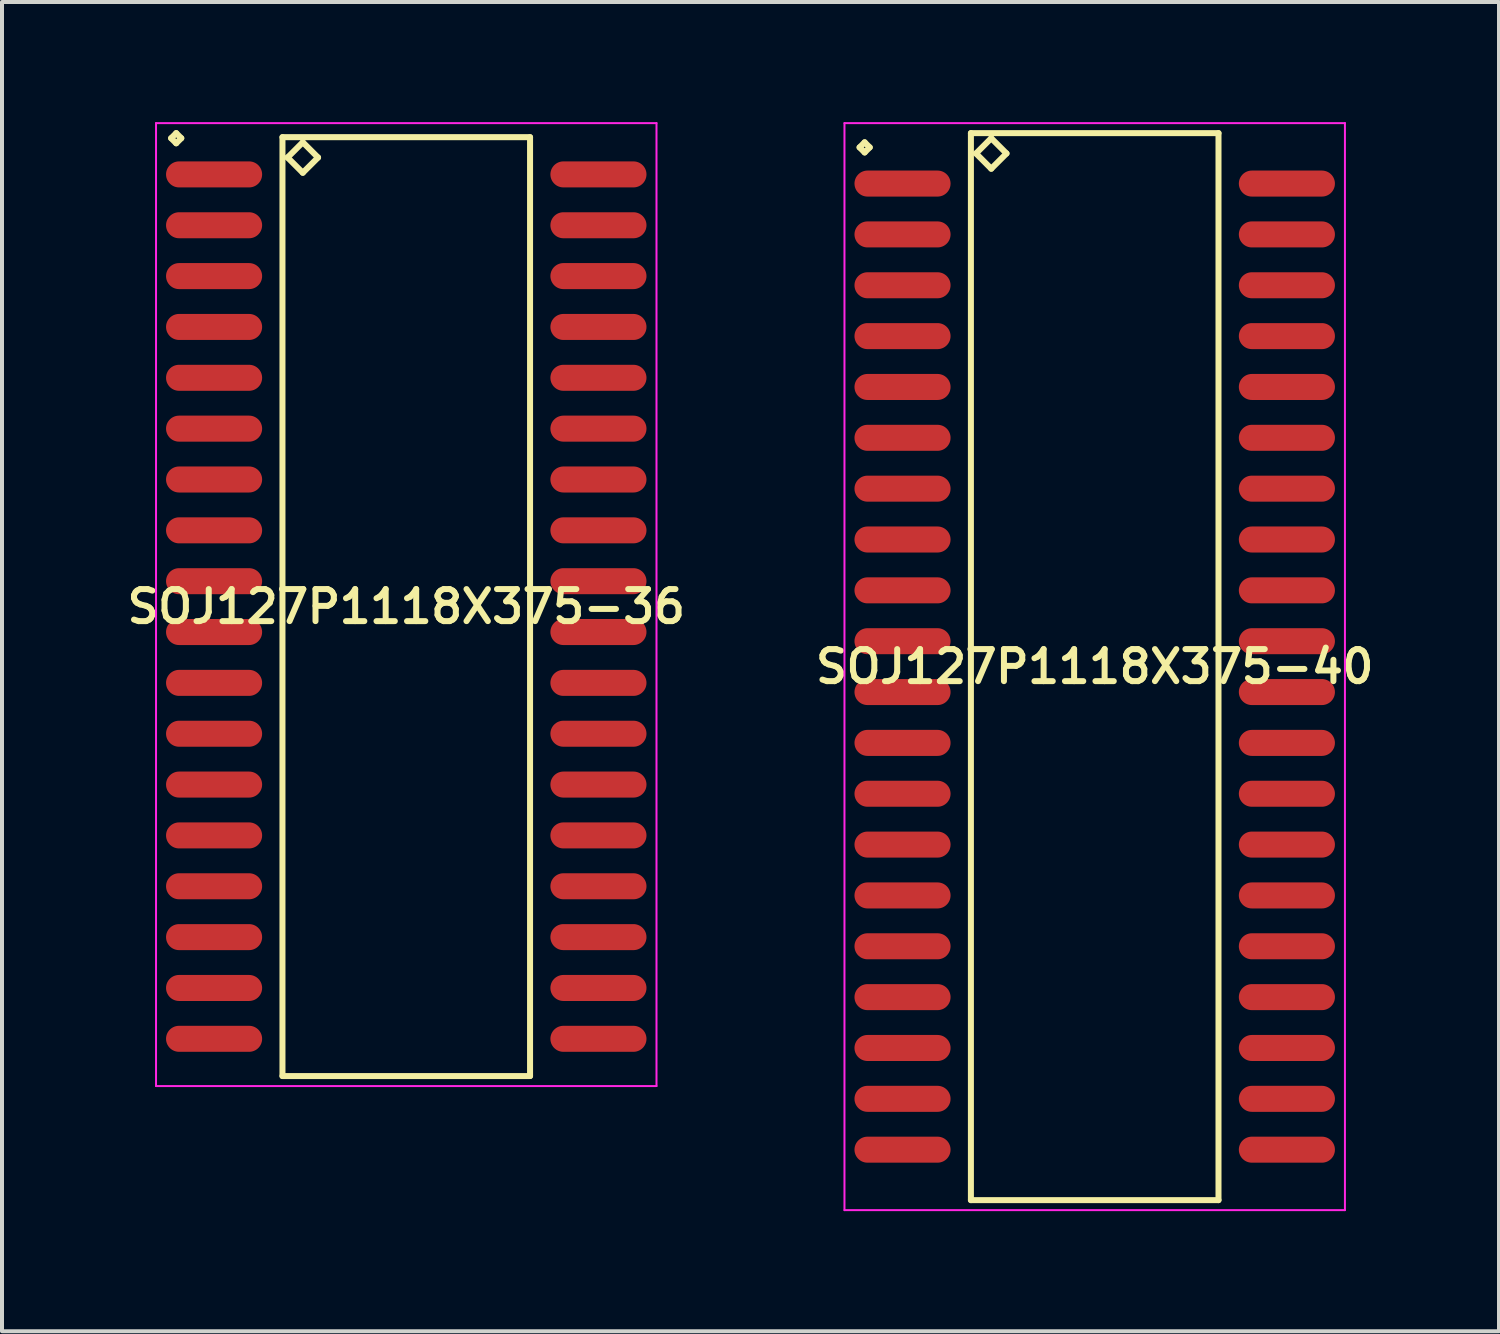
<source format=kicad_pcb>
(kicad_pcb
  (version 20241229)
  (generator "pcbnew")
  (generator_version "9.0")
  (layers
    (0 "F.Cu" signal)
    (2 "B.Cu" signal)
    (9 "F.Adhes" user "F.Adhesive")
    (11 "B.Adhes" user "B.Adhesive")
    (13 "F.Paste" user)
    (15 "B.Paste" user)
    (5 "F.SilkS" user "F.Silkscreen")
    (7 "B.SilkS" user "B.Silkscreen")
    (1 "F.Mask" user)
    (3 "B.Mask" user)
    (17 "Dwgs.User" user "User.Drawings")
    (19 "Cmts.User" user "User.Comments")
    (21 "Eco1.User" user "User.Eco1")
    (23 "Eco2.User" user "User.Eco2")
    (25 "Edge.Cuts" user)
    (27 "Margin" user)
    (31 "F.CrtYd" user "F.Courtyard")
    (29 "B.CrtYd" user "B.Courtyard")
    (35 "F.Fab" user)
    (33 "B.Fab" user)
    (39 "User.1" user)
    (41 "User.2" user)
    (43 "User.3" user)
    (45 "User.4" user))
  (footprint "SOJ127P1118X375-40"
    (layer "F.Cu")
    (at 24.292 13.6)
    (property "Reference" "SOJ127P1118X375-40" (at 0 0 0) (layer "F.SilkS") (effects (font (size 0.8 0.8) (thickness 0.15))))
    (attr smd)
    (fp_line (start -5.873 -12.969) (end -5.746 -13.096) (stroke (width 0.15) (type solid)) (layer "F.SilkS"))
    (fp_line (start -5.746 -13.096) (end -5.619 -12.969) (stroke (width 0.15) (type solid)) (layer "F.SilkS"))
    (fp_line (start -5.746 -12.842) (end -5.873 -12.969) (stroke (width 0.15) (type solid)) (layer "F.SilkS"))
    (fp_line (start -5.619 -12.969) (end -5.746 -12.842) (stroke (width 0.15) (type solid)) (layer "F.SilkS"))
    (fp_line (start -3.092 -13.325) (end -3.092 13.325) (stroke (width 0.15) (type solid)) (layer "F.SilkS"))
    (fp_line (start -3.092 13.325) (end 3.092 13.325) (stroke (width 0.15) (type solid)) (layer "F.SilkS"))
    (fp_line (start -2.965 -12.817) (end -2.584 -13.198) (stroke (width 0.15) (type solid)) (layer "F.SilkS"))
    (fp_line (start -2.584 -13.198) (end -2.203 -12.817) (stroke (width 0.15) (type solid)) (layer "F.SilkS"))
    (fp_line (start -2.584 -12.436) (end -2.965 -12.817) (stroke (width 0.15) (type solid)) (layer "F.SilkS"))
    (fp_line (start -2.203 -12.817) (end -2.584 -12.436) (stroke (width 0.15) (type solid)) (layer "F.SilkS"))
    (fp_line (start 3.092 -13.325) (end -3.092 -13.325) (stroke (width 0.15) (type solid)) (layer "F.SilkS"))
    (fp_line (start 3.092 13.325) (end 3.092 -13.325) (stroke (width 0.15) (type solid)) (layer "F.SilkS"))
    (fp_line (start -6.25 -13.575) (end 6.25 -13.575) (stroke (width 0.05) (type solid)) (layer "F.CrtYd"))
    (fp_line (start -6.25 13.575) (end -6.25 -13.575) (stroke (width 0.05) (type solid)) (layer "F.CrtYd"))
    (fp_line (start 6.25 -13.575) (end 6.25 13.575) (stroke (width 0.05) (type solid)) (layer "F.CrtYd"))
    (fp_line (start 6.25 13.575) (end -6.25 13.575) (stroke (width 0.05) (type solid)) (layer "F.CrtYd"))
    (pad "1" smd oval (at -4.8 -12.065) (size 2.4 0.65) (layers "F.Cu" "F.Mask" "F.Paste"))
    (pad "2" smd oval (at -4.8 -10.795) (size 2.4 0.65) (layers "F.Cu" "F.Mask" "F.Paste"))
    (pad "3" smd oval (at -4.8 -9.525) (size 2.4 0.65) (layers "F.Cu" "F.Mask" "F.Paste"))
    (pad "4" smd oval (at -4.8 -8.255) (size 2.4 0.65) (layers "F.Cu" "F.Mask" "F.Paste"))
    (pad "5" smd oval (at -4.8 -6.985) (size 2.4 0.65) (layers "F.Cu" "F.Mask" "F.Paste"))
    (pad "6" smd oval (at -4.8 -5.715) (size 2.4 0.65) (layers "F.Cu" "F.Mask" "F.Paste"))
    (pad "7" smd oval (at -4.8 -4.445) (size 2.4 0.65) (layers "F.Cu" "F.Mask" "F.Paste"))
    (pad "8" smd oval (at -4.8 -3.175) (size 2.4 0.65) (layers "F.Cu" "F.Mask" "F.Paste"))
    (pad "9" smd oval (at -4.8 -1.905) (size 2.4 0.65) (layers "F.Cu" "F.Mask" "F.Paste"))
    (pad "10" smd oval (at -4.8 -0.635) (size 2.4 0.65) (layers "F.Cu" "F.Mask" "F.Paste"))
    (pad "11" smd oval (at -4.8 0.635) (size 2.4 0.65) (layers "F.Cu" "F.Mask" "F.Paste"))
    (pad "12" smd oval (at -4.8 1.905) (size 2.4 0.65) (layers "F.Cu" "F.Mask" "F.Paste"))
    (pad "13" smd oval (at -4.8 3.175) (size 2.4 0.65) (layers "F.Cu" "F.Mask" "F.Paste"))
    (pad "14" smd oval (at -4.8 4.445) (size 2.4 0.65) (layers "F.Cu" "F.Mask" "F.Paste"))
    (pad "15" smd oval (at -4.8 5.715) (size 2.4 0.65) (layers "F.Cu" "F.Mask" "F.Paste"))
    (pad "16" smd oval (at -4.8 6.985) (size 2.4 0.65) (layers "F.Cu" "F.Mask" "F.Paste"))
    (pad "17" smd oval (at -4.8 8.255) (size 2.4 0.65) (layers "F.Cu" "F.Mask" "F.Paste"))
    (pad "18" smd oval (at -4.8 9.525) (size 2.4 0.65) (layers "F.Cu" "F.Mask" "F.Paste"))
    (pad "19" smd oval (at -4.8 10.795) (size 2.4 0.65) (layers "F.Cu" "F.Mask" "F.Paste"))
    (pad "20" smd oval (at -4.8 12.065) (size 2.4 0.65) (layers "F.Cu" "F.Mask" "F.Paste"))
    (pad "21" smd oval (at 4.8 12.065) (size 2.4 0.65) (layers "F.Cu" "F.Mask" "F.Paste"))
    (pad "22" smd oval (at 4.8 10.795) (size 2.4 0.65) (layers "F.Cu" "F.Mask" "F.Paste"))
    (pad "23" smd oval (at 4.8 9.525) (size 2.4 0.65) (layers "F.Cu" "F.Mask" "F.Paste"))
    (pad "24" smd oval (at 4.8 8.255) (size 2.4 0.65) (layers "F.Cu" "F.Mask" "F.Paste"))
    (pad "25" smd oval (at 4.8 6.985) (size 2.4 0.65) (layers "F.Cu" "F.Mask" "F.Paste"))
    (pad "26" smd oval (at 4.8 5.715) (size 2.4 0.65) (layers "F.Cu" "F.Mask" "F.Paste"))
    (pad "27" smd oval (at 4.8 4.445) (size 2.4 0.65) (layers "F.Cu" "F.Mask" "F.Paste"))
    (pad "28" smd oval (at 4.8 3.175) (size 2.4 0.65) (layers "F.Cu" "F.Mask" "F.Paste"))
    (pad "29" smd oval (at 4.8 1.905) (size 2.4 0.65) (layers "F.Cu" "F.Mask" "F.Paste"))
    (pad "30" smd oval (at 4.8 0.635) (size 2.4 0.65) (layers "F.Cu" "F.Mask" "F.Paste"))
    (pad "31" smd oval (at 4.8 -0.635) (size 2.4 0.65) (layers "F.Cu" "F.Mask" "F.Paste"))
    (pad "32" smd oval (at 4.8 -1.905) (size 2.4 0.65) (layers "F.Cu" "F.Mask" "F.Paste"))
    (pad "33" smd oval (at 4.8 -3.175) (size 2.4 0.65) (layers "F.Cu" "F.Mask" "F.Paste"))
    (pad "34" smd oval (at 4.8 -4.445) (size 2.4 0.65) (layers "F.Cu" "F.Mask" "F.Paste"))
    (pad "35" smd oval (at 4.8 -5.715) (size 2.4 0.65) (layers "F.Cu" "F.Mask" "F.Paste"))
    (pad "36" smd oval (at 4.8 -6.985) (size 2.4 0.65) (layers "F.Cu" "F.Mask" "F.Paste"))
    (pad "37" smd oval (at 4.8 -8.255) (size 2.4 0.65) (layers "F.Cu" "F.Mask" "F.Paste"))
    (pad "38" smd oval (at 4.8 -9.525) (size 2.4 0.65) (layers "F.Cu" "F.Mask" "F.Paste"))
    (pad "39" smd oval (at 4.8 -10.795) (size 2.4 0.65) (layers "F.Cu" "F.Mask" "F.Paste"))
    (pad "40" smd oval (at 4.8 -12.065) (size 2.4 0.65) (layers "F.Cu" "F.Mask" "F.Paste")))
  (footprint "SOJ127P1118X375-36"
    (layer "F.Cu")
    (at 7.097 12.101)
    (property "Reference" "SOJ127P1118X375-36" (at 0 0 0) (layer "F.SilkS") (effects (font (size 0.8 0.8) (thickness 0.15))))
    (attr smd)
    (fp_line (start -5.873 -11.699) (end -5.746 -11.826) (stroke (width 0.15) (type solid)) (layer "F.SilkS"))
    (fp_line (start -5.746 -11.826) (end -5.619 -11.699) (stroke (width 0.15) (type solid)) (layer "F.SilkS"))
    (fp_line (start -5.746 -11.572) (end -5.873 -11.699) (stroke (width 0.15) (type solid)) (layer "F.SilkS"))
    (fp_line (start -5.619 -11.699) (end -5.746 -11.572) (stroke (width 0.15) (type solid)) (layer "F.SilkS"))
    (fp_line (start -3.092 -11.725) (end -3.092 11.725) (stroke (width 0.15) (type solid)) (layer "F.SilkS"))
    (fp_line (start -3.092 11.725) (end 3.092 11.725) (stroke (width 0.15) (type solid)) (layer "F.SilkS"))
    (fp_line (start -2.965 -11.217) (end -2.584 -11.598) (stroke (width 0.15) (type solid)) (layer "F.SilkS"))
    (fp_line (start -2.584 -11.598) (end -2.203 -11.217) (stroke (width 0.15) (type solid)) (layer "F.SilkS"))
    (fp_line (start -2.584 -10.836) (end -2.965 -11.217) (stroke (width 0.15) (type solid)) (layer "F.SilkS"))
    (fp_line (start -2.203 -11.217) (end -2.584 -10.836) (stroke (width 0.15) (type solid)) (layer "F.SilkS"))
    (fp_line (start 3.092 -11.725) (end -3.092 -11.725) (stroke (width 0.15) (type solid)) (layer "F.SilkS"))
    (fp_line (start 3.092 11.725) (end 3.092 -11.725) (stroke (width 0.15) (type solid)) (layer "F.SilkS"))
    (fp_line (start -6.25 -12.076) (end 6.25 -12.076) (stroke (width 0.05) (type solid)) (layer "F.CrtYd"))
    (fp_line (start -6.25 11.975) (end -6.25 -12.076) (stroke (width 0.05) (type solid)) (layer "F.CrtYd"))
    (fp_line (start 6.25 -12.076) (end 6.25 11.975) (stroke (width 0.05) (type solid)) (layer "F.CrtYd"))
    (fp_line (start 6.25 11.975) (end -6.25 11.975) (stroke (width 0.05) (type solid)) (layer "F.CrtYd"))
    (pad "1" smd oval (at -4.8 -10.795) (size 2.4 0.65) (layers "F.Cu" "F.Mask" "F.Paste"))
    (pad "2" smd oval (at -4.8 -9.525) (size 2.4 0.65) (layers "F.Cu" "F.Mask" "F.Paste"))
    (pad "3" smd oval (at -4.8 -8.255) (size 2.4 0.65) (layers "F.Cu" "F.Mask" "F.Paste"))
    (pad "4" smd oval (at -4.8 -6.985) (size 2.4 0.65) (layers "F.Cu" "F.Mask" "F.Paste"))
    (pad "5" smd oval (at -4.8 -5.715) (size 2.4 0.65) (layers "F.Cu" "F.Mask" "F.Paste"))
    (pad "6" smd oval (at -4.8 -4.445) (size 2.4 0.65) (layers "F.Cu" "F.Mask" "F.Paste"))
    (pad "7" smd oval (at -4.8 -3.175) (size 2.4 0.65) (layers "F.Cu" "F.Mask" "F.Paste"))
    (pad "8" smd oval (at -4.8 -1.905) (size 2.4 0.65) (layers "F.Cu" "F.Mask" "F.Paste"))
    (pad "9" smd oval (at -4.8 -0.635) (size 2.4 0.65) (layers "F.Cu" "F.Mask" "F.Paste"))
    (pad "10" smd oval (at -4.8 0.635) (size 2.4 0.65) (layers "F.Cu" "F.Mask" "F.Paste"))
    (pad "11" smd oval (at -4.8 1.905) (size 2.4 0.65) (layers "F.Cu" "F.Mask" "F.Paste"))
    (pad "12" smd oval (at -4.8 3.175) (size 2.4 0.65) (layers "F.Cu" "F.Mask" "F.Paste"))
    (pad "13" smd oval (at -4.8 4.445) (size 2.4 0.65) (layers "F.Cu" "F.Mask" "F.Paste"))
    (pad "14" smd oval (at -4.8 5.715) (size 2.4 0.65) (layers "F.Cu" "F.Mask" "F.Paste"))
    (pad "15" smd oval (at -4.8 6.985) (size 2.4 0.65) (layers "F.Cu" "F.Mask" "F.Paste"))
    (pad "16" smd oval (at -4.8 8.255) (size 2.4 0.65) (layers "F.Cu" "F.Mask" "F.Paste"))
    (pad "17" smd oval (at -4.8 9.525) (size 2.4 0.65) (layers "F.Cu" "F.Mask" "F.Paste"))
    (pad "18" smd oval (at -4.8 10.795) (size 2.4 0.65) (layers "F.Cu" "F.Mask" "F.Paste"))
    (pad "19" smd oval (at 4.8 10.795) (size 2.4 0.65) (layers "F.Cu" "F.Mask" "F.Paste"))
    (pad "20" smd oval (at 4.8 9.525) (size 2.4 0.65) (layers "F.Cu" "F.Mask" "F.Paste"))
    (pad "21" smd oval (at 4.8 8.255) (size 2.4 0.65) (layers "F.Cu" "F.Mask" "F.Paste"))
    (pad "22" smd oval (at 4.8 6.985) (size 2.4 0.65) (layers "F.Cu" "F.Mask" "F.Paste"))
    (pad "23" smd oval (at 4.8 5.715) (size 2.4 0.65) (layers "F.Cu" "F.Mask" "F.Paste"))
    (pad "24" smd oval (at 4.8 4.445) (size 2.4 0.65) (layers "F.Cu" "F.Mask" "F.Paste"))
    (pad "25" smd oval (at 4.8 3.175) (size 2.4 0.65) (layers "F.Cu" "F.Mask" "F.Paste"))
    (pad "26" smd oval (at 4.8 1.905) (size 2.4 0.65) (layers "F.Cu" "F.Mask" "F.Paste"))
    (pad "27" smd oval (at 4.8 0.635) (size 2.4 0.65) (layers "F.Cu" "F.Mask" "F.Paste"))
    (pad "28" smd oval (at 4.8 -0.635) (size 2.4 0.65) (layers "F.Cu" "F.Mask" "F.Paste"))
    (pad "29" smd oval (at 4.8 -1.905) (size 2.4 0.65) (layers "F.Cu" "F.Mask" "F.Paste"))
    (pad "30" smd oval (at 4.8 -3.175) (size 2.4 0.65) (layers "F.Cu" "F.Mask" "F.Paste"))
    (pad "31" smd oval (at 4.8 -4.445) (size 2.4 0.65) (layers "F.Cu" "F.Mask" "F.Paste"))
    (pad "32" smd oval (at 4.8 -5.715) (size 2.4 0.65) (layers "F.Cu" "F.Mask" "F.Paste"))
    (pad "33" smd oval (at 4.8 -6.985) (size 2.4 0.65) (layers "F.Cu" "F.Mask" "F.Paste"))
    (pad "34" smd oval (at 4.8 -8.255) (size 2.4 0.65) (layers "F.Cu" "F.Mask" "F.Paste"))
    (pad "35" smd oval (at 4.8 -9.525) (size 2.4 0.65) (layers "F.Cu" "F.Mask" "F.Paste"))
    (pad "36" smd oval (at 4.8 -10.795) (size 2.4 0.65) (layers "F.Cu" "F.Mask" "F.Paste")))
  (gr_rect
    (start -3 -3)
    (end 34.39 30.2)
    (stroke (width 0.1) (type default))
    (fill no)
    (layer "Edge.Cuts")))
</source>
